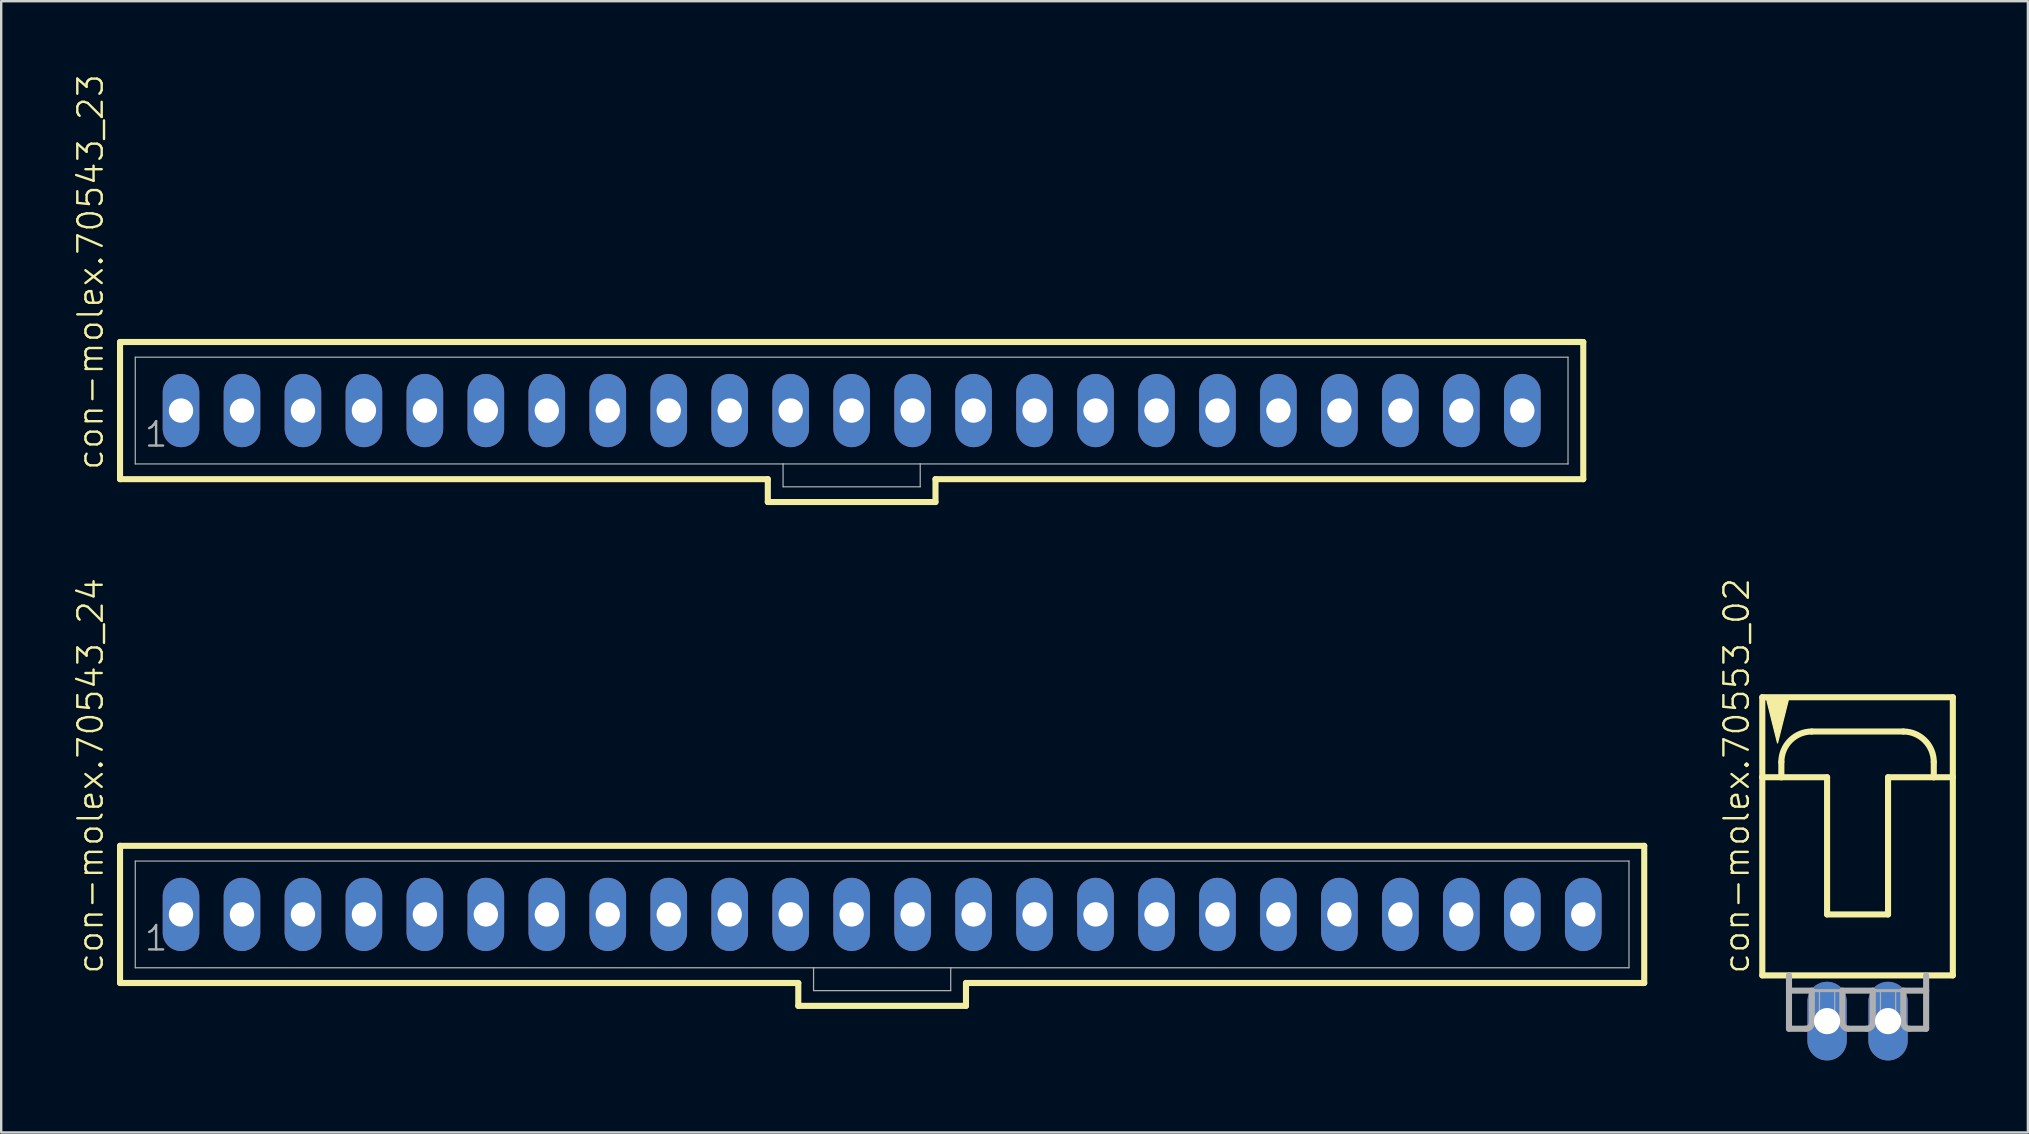
<source format=kicad_pcb>
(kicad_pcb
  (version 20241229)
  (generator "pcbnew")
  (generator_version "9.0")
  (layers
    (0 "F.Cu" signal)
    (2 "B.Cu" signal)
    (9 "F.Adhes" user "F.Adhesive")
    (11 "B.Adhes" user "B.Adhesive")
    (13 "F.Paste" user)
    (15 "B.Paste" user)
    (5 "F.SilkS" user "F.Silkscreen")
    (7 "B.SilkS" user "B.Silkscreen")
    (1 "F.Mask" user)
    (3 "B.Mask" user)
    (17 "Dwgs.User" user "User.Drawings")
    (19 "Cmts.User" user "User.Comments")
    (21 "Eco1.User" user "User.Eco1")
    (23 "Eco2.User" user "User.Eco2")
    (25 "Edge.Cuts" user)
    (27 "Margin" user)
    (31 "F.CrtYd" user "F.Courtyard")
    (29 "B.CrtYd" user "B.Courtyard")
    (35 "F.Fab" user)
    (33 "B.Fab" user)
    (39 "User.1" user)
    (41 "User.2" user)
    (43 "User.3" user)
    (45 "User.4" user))
  (footprint "con-molex.70543_23"
    (layer "F.Cu")
    (at 32.431 14.055)
    (property "Reference" "con-molex.70543_23" (at -31.115 2.54 90) (layer "F.SilkS") (effects (font (size 1.016 1.016) (thickness 0.1)) (justify left bottom)))
    (attr through_hole)
    (fp_line (start -30.48 -2.857) (end -30.48 2.857) (stroke (width 0.254) (type default)) (layer "F.SilkS"))
    (fp_line (start -30.48 2.857) (end -3.493 2.857) (stroke (width 0.254) (type default)) (layer "F.SilkS"))
    (fp_line (start -3.493 2.857) (end -3.493 3.81) (stroke (width 0.254) (type default)) (layer "F.SilkS"))
    (fp_line (start -3.493 3.81) (end 3.493 3.81) (stroke (width 0.254) (type default)) (layer "F.SilkS"))
    (fp_line (start 3.493 2.857) (end 30.48 2.857) (stroke (width 0.254) (type default)) (layer "F.SilkS"))
    (fp_line (start 3.493 3.81) (end 3.493 2.857) (stroke (width 0.254) (type default)) (layer "F.SilkS"))
    (fp_line (start 30.48 -2.857) (end -30.48 -2.857) (stroke (width 0.254) (type default)) (layer "F.SilkS"))
    (fp_line (start 30.48 2.857) (end 30.48 -2.857) (stroke (width 0.254) (type default)) (layer "F.SilkS"))
    (fp_line (start -29.845 -2.223) (end -29.845 2.223) (stroke (width 0.051) (type default)) (layer "F.Fab"))
    (fp_line (start -29.845 -2.223) (end 29.845 -2.223) (stroke (width 0.051) (type default)) (layer "F.Fab"))
    (fp_line (start -29.845 2.223) (end -2.857 2.223) (stroke (width 0.051) (type default)) (layer "F.Fab"))
    (fp_line (start -2.857 2.223) (end -2.857 3.175) (stroke (width 0.051) (type default)) (layer "F.Fab"))
    (fp_line (start -2.857 2.223) (end 2.857 2.223) (stroke (width 0.051) (type default)) (layer "F.Fab"))
    (fp_line (start 2.857 2.223) (end 2.857 3.175) (stroke (width 0.051) (type default)) (layer "F.Fab"))
    (fp_line (start 2.857 2.223) (end 29.845 2.223) (stroke (width 0.051) (type default)) (layer "F.Fab"))
    (fp_line (start 2.857 3.175) (end -2.857 3.175) (stroke (width 0.051) (type default)) (layer "F.Fab"))
    (fp_line (start 29.845 -2.223) (end 29.845 2.223) (stroke (width 0.051) (type default)) (layer "F.Fab"))
    (fp_rect (start -28.178 0.238) (end -27.702 -0.238) (stroke (width 0.05) (type default)) (fill no) (layer "F.Fab"))
    (fp_rect (start -25.638 0.238) (end -25.162 -0.238) (stroke (width 0.05) (type default)) (fill no) (layer "F.Fab"))
    (fp_rect (start -23.098 0.238) (end -22.622 -0.238) (stroke (width 0.05) (type default)) (fill no) (layer "F.Fab"))
    (fp_rect (start -20.558 0.238) (end -20.082 -0.238) (stroke (width 0.05) (type default)) (fill no) (layer "F.Fab"))
    (fp_rect (start -18.018 0.238) (end -17.542 -0.238) (stroke (width 0.05) (type default)) (fill no) (layer "F.Fab"))
    (fp_rect (start -15.478 0.238) (end -15.002 -0.238) (stroke (width 0.05) (type default)) (fill no) (layer "F.Fab"))
    (fp_rect (start -12.938 0.238) (end -12.462 -0.238) (stroke (width 0.05) (type default)) (fill no) (layer "F.Fab"))
    (fp_rect (start -10.398 0.238) (end -9.922 -0.238) (stroke (width 0.05) (type default)) (fill no) (layer "F.Fab"))
    (fp_rect (start -7.858 0.238) (end -7.382 -0.238) (stroke (width 0.05) (type default)) (fill no) (layer "F.Fab"))
    (fp_rect (start -5.318 0.238) (end -4.842 -0.238) (stroke (width 0.05) (type default)) (fill no) (layer "F.Fab"))
    (fp_rect (start -2.778 0.238) (end -2.302 -0.238) (stroke (width 0.05) (type default)) (fill no) (layer "F.Fab"))
    (fp_rect (start -0.238 0.238) (end 0.238 -0.238) (stroke (width 0.05) (type default)) (fill no) (layer "F.Fab"))
    (fp_rect (start 2.302 0.238) (end 2.778 -0.238) (stroke (width 0.05) (type default)) (fill no) (layer "F.Fab"))
    (fp_rect (start 4.842 0.238) (end 5.318 -0.238) (stroke (width 0.05) (type default)) (fill no) (layer "F.Fab"))
    (fp_rect (start 7.382 0.238) (end 7.858 -0.238) (stroke (width 0.05) (type default)) (fill no) (layer "F.Fab"))
    (fp_rect (start 9.922 0.238) (end 10.398 -0.238) (stroke (width 0.05) (type default)) (fill no) (layer "F.Fab"))
    (fp_rect (start 12.462 0.238) (end 12.938 -0.238) (stroke (width 0.05) (type default)) (fill no) (layer "F.Fab"))
    (fp_rect (start 15.002 0.238) (end 15.478 -0.238) (stroke (width 0.05) (type default)) (fill no) (layer "F.Fab"))
    (fp_rect (start 17.542 0.238) (end 18.018 -0.238) (stroke (width 0.05) (type default)) (fill no) (layer "F.Fab"))
    (fp_rect (start 20.082 0.238) (end 20.558 -0.238) (stroke (width 0.05) (type default)) (fill no) (layer "F.Fab"))
    (fp_rect (start 22.622 0.238) (end 23.098 -0.238) (stroke (width 0.05) (type default)) (fill no) (layer "F.Fab"))
    (fp_rect (start 25.162 0.238) (end 25.638 -0.238) (stroke (width 0.05) (type default)) (fill no) (layer "F.Fab"))
    (fp_rect (start 27.702 0.238) (end 28.178 -0.238) (stroke (width 0.05) (type default)) (fill no) (layer "F.Fab"))
    (fp_text user "1" (at -29.527 1.587 0) (layer "F.Fab") (effects (font (size 1.016 1.016) (thickness 0.1)) (justify left bottom)))
    (pad "1" thru_hole oval (at -27.94 0 90) (size 3.048 1.524) (drill 1.016) (layers "*.Cu" "*.Mask"))
    (pad "2" thru_hole oval (at -25.4 0 90) (size 3.048 1.524) (drill 1.016) (layers "*.Cu" "*.Mask"))
    (pad "3" thru_hole oval (at -22.86 0 90) (size 3.048 1.524) (drill 1.016) (layers "*.Cu" "*.Mask"))
    (pad "4" thru_hole oval (at -20.32 0 90) (size 3.048 1.524) (drill 1.016) (layers "*.Cu" "*.Mask"))
    (pad "5" thru_hole oval (at -17.78 0 90) (size 3.048 1.524) (drill 1.016) (layers "*.Cu" "*.Mask"))
    (pad "6" thru_hole oval (at -15.24 0 90) (size 3.048 1.524) (drill 1.016) (layers "*.Cu" "*.Mask"))
    (pad "7" thru_hole oval (at -12.7 0 90) (size 3.048 1.524) (drill 1.016) (layers "*.Cu" "*.Mask"))
    (pad "8" thru_hole oval (at -10.16 0 90) (size 3.048 1.524) (drill 1.016) (layers "*.Cu" "*.Mask"))
    (pad "9" thru_hole oval (at -7.62 0 90) (size 3.048 1.524) (drill 1.016) (layers "*.Cu" "*.Mask"))
    (pad "10" thru_hole oval (at -5.08 0 90) (size 3.048 1.524) (drill 1.016) (layers "*.Cu" "*.Mask"))
    (pad "11" thru_hole oval (at -2.54 0 90) (size 3.048 1.524) (drill 1.016) (layers "*.Cu" "*.Mask"))
    (pad "12" thru_hole oval (at 0 0 90) (size 3.048 1.524) (drill 1.016) (layers "*.Cu" "*.Mask"))
    (pad "13" thru_hole oval (at 2.54 0 90) (size 3.048 1.524) (drill 1.016) (layers "*.Cu" "*.Mask"))
    (pad "14" thru_hole oval (at 5.08 0 90) (size 3.048 1.524) (drill 1.016) (layers "*.Cu" "*.Mask"))
    (pad "15" thru_hole oval (at 7.62 0 90) (size 3.048 1.524) (drill 1.016) (layers "*.Cu" "*.Mask"))
    (pad "16" thru_hole oval (at 10.16 0 90) (size 3.048 1.524) (drill 1.016) (layers "*.Cu" "*.Mask"))
    (pad "17" thru_hole oval (at 12.7 0 90) (size 3.048 1.524) (drill 1.016) (layers "*.Cu" "*.Mask"))
    (pad "18" thru_hole oval (at 15.24 0 90) (size 3.048 1.524) (drill 1.016) (layers "*.Cu" "*.Mask"))
    (pad "19" thru_hole oval (at 17.78 0 90) (size 3.048 1.524) (drill 1.016) (layers "*.Cu" "*.Mask"))
    (pad "20" thru_hole oval (at 20.32 0 90) (size 3.048 1.524) (drill 1.016) (layers "*.Cu" "*.Mask"))
    (pad "21" thru_hole oval (at 22.86 0 90) (size 3.048 1.524) (drill 1.016) (layers "*.Cu" "*.Mask"))
    (pad "22" thru_hole oval (at 25.4 0 90) (size 3.048 1.524) (drill 1.016) (layers "*.Cu" "*.Mask"))
    (pad "23" thru_hole oval (at 27.94 0 90) (size 3.048 1.524) (drill 1.016) (layers "*.Cu" "*.Mask")))
  (footprint "con-molex.70543_24"
    (layer "F.Cu")
    (at 33.701 35.046)
    (property "Reference" "con-molex.70543_24" (at -32.385 2.54 90) (layer "F.SilkS") (effects (font (size 1.016 1.016) (thickness 0.1)) (justify left bottom)))
    (attr through_hole)
    (fp_line (start -31.75 -2.857) (end -31.75 2.857) (stroke (width 0.254) (type default)) (layer "F.SilkS"))
    (fp_line (start -31.75 2.857) (end -3.493 2.857) (stroke (width 0.254) (type default)) (layer "F.SilkS"))
    (fp_line (start -3.493 2.857) (end -3.493 3.81) (stroke (width 0.254) (type default)) (layer "F.SilkS"))
    (fp_line (start -3.493 3.81) (end 3.493 3.81) (stroke (width 0.254) (type default)) (layer "F.SilkS"))
    (fp_line (start 3.493 2.857) (end 31.75 2.857) (stroke (width 0.254) (type default)) (layer "F.SilkS"))
    (fp_line (start 3.493 3.81) (end 3.493 2.857) (stroke (width 0.254) (type default)) (layer "F.SilkS"))
    (fp_line (start 31.75 -2.857) (end -31.75 -2.857) (stroke (width 0.254) (type default)) (layer "F.SilkS"))
    (fp_line (start 31.75 2.857) (end 31.75 -2.857) (stroke (width 0.254) (type default)) (layer "F.SilkS"))
    (fp_line (start -31.115 -2.223) (end -31.115 2.223) (stroke (width 0.051) (type default)) (layer "F.Fab"))
    (fp_line (start -31.115 -2.223) (end 31.115 -2.223) (stroke (width 0.051) (type default)) (layer "F.Fab"))
    (fp_line (start -31.115 2.223) (end -2.857 2.223) (stroke (width 0.051) (type default)) (layer "F.Fab"))
    (fp_line (start -2.857 2.223) (end -2.857 3.175) (stroke (width 0.051) (type default)) (layer "F.Fab"))
    (fp_line (start -2.857 2.223) (end 2.857 2.223) (stroke (width 0.051) (type default)) (layer "F.Fab"))
    (fp_line (start 2.857 2.223) (end 2.857 3.175) (stroke (width 0.051) (type default)) (layer "F.Fab"))
    (fp_line (start 2.857 2.223) (end 31.115 2.223) (stroke (width 0.051) (type default)) (layer "F.Fab"))
    (fp_line (start 2.857 3.175) (end -2.857 3.175) (stroke (width 0.051) (type default)) (layer "F.Fab"))
    (fp_line (start 31.115 -2.223) (end 31.115 2.223) (stroke (width 0.051) (type default)) (layer "F.Fab"))
    (fp_rect (start -29.448 0.238) (end -28.972 -0.238) (stroke (width 0.05) (type default)) (fill no) (layer "F.Fab"))
    (fp_rect (start -26.908 0.238) (end -26.432 -0.238) (stroke (width 0.05) (type default)) (fill no) (layer "F.Fab"))
    (fp_rect (start -24.368 0.238) (end -23.892 -0.238) (stroke (width 0.05) (type default)) (fill no) (layer "F.Fab"))
    (fp_rect (start -21.828 0.238) (end -21.352 -0.238) (stroke (width 0.05) (type default)) (fill no) (layer "F.Fab"))
    (fp_rect (start -19.288 0.238) (end -18.812 -0.238) (stroke (width 0.05) (type default)) (fill no) (layer "F.Fab"))
    (fp_rect (start -16.748 0.238) (end -16.272 -0.238) (stroke (width 0.05) (type default)) (fill no) (layer "F.Fab"))
    (fp_rect (start -14.208 0.238) (end -13.732 -0.238) (stroke (width 0.05) (type default)) (fill no) (layer "F.Fab"))
    (fp_rect (start -11.668 0.238) (end -11.192 -0.238) (stroke (width 0.05) (type default)) (fill no) (layer "F.Fab"))
    (fp_rect (start -9.128 0.238) (end -8.652 -0.238) (stroke (width 0.05) (type default)) (fill no) (layer "F.Fab"))
    (fp_rect (start -6.588 0.238) (end -6.112 -0.238) (stroke (width 0.05) (type default)) (fill no) (layer "F.Fab"))
    (fp_rect (start -4.048 0.238) (end -3.572 -0.238) (stroke (width 0.05) (type default)) (fill no) (layer "F.Fab"))
    (fp_rect (start -1.508 0.238) (end -1.032 -0.238) (stroke (width 0.05) (type default)) (fill no) (layer "F.Fab"))
    (fp_rect (start 1.032 0.238) (end 1.508 -0.238) (stroke (width 0.05) (type default)) (fill no) (layer "F.Fab"))
    (fp_rect (start 3.572 0.238) (end 4.048 -0.238) (stroke (width 0.05) (type default)) (fill no) (layer "F.Fab"))
    (fp_rect (start 6.112 0.238) (end 6.588 -0.238) (stroke (width 0.05) (type default)) (fill no) (layer "F.Fab"))
    (fp_rect (start 8.652 0.238) (end 9.128 -0.238) (stroke (width 0.05) (type default)) (fill no) (layer "F.Fab"))
    (fp_rect (start 11.192 0.238) (end 11.668 -0.238) (stroke (width 0.05) (type default)) (fill no) (layer "F.Fab"))
    (fp_rect (start 13.732 0.238) (end 14.208 -0.238) (stroke (width 0.05) (type default)) (fill no) (layer "F.Fab"))
    (fp_rect (start 16.272 0.238) (end 16.748 -0.238) (stroke (width 0.05) (type default)) (fill no) (layer "F.Fab"))
    (fp_rect (start 18.812 0.238) (end 19.288 -0.238) (stroke (width 0.05) (type default)) (fill no) (layer "F.Fab"))
    (fp_rect (start 21.352 0.238) (end 21.828 -0.238) (stroke (width 0.05) (type default)) (fill no) (layer "F.Fab"))
    (fp_rect (start 23.892 0.238) (end 24.368 -0.238) (stroke (width 0.05) (type default)) (fill no) (layer "F.Fab"))
    (fp_rect (start 26.432 0.238) (end 26.908 -0.238) (stroke (width 0.05) (type default)) (fill no) (layer "F.Fab"))
    (fp_rect (start 28.972 0.238) (end 29.448 -0.238) (stroke (width 0.05) (type default)) (fill no) (layer "F.Fab"))
    (fp_text user "1" (at -30.797 1.587 0) (layer "F.Fab") (effects (font (size 1.016 1.016) (thickness 0.1)) (justify left bottom)))
    (pad "1" thru_hole oval (at -29.21 0 90) (size 3.048 1.524) (drill 1.016) (layers "*.Cu" "*.Mask"))
    (pad "2" thru_hole oval (at -26.67 0 90) (size 3.048 1.524) (drill 1.016) (layers "*.Cu" "*.Mask"))
    (pad "3" thru_hole oval (at -24.13 0 90) (size 3.048 1.524) (drill 1.016) (layers "*.Cu" "*.Mask"))
    (pad "4" thru_hole oval (at -21.59 0 90) (size 3.048 1.524) (drill 1.016) (layers "*.Cu" "*.Mask"))
    (pad "5" thru_hole oval (at -19.05 0 90) (size 3.048 1.524) (drill 1.016) (layers "*.Cu" "*.Mask"))
    (pad "6" thru_hole oval (at -16.51 0 90) (size 3.048 1.524) (drill 1.016) (layers "*.Cu" "*.Mask"))
    (pad "7" thru_hole oval (at -13.97 0 90) (size 3.048 1.524) (drill 1.016) (layers "*.Cu" "*.Mask"))
    (pad "8" thru_hole oval (at -11.43 0 90) (size 3.048 1.524) (drill 1.016) (layers "*.Cu" "*.Mask"))
    (pad "9" thru_hole oval (at -8.89 0 90) (size 3.048 1.524) (drill 1.016) (layers "*.Cu" "*.Mask"))
    (pad "10" thru_hole oval (at -6.35 0 90) (size 3.048 1.524) (drill 1.016) (layers "*.Cu" "*.Mask"))
    (pad "11" thru_hole oval (at -3.81 0 90) (size 3.048 1.524) (drill 1.016) (layers "*.Cu" "*.Mask"))
    (pad "12" thru_hole oval (at -1.27 0 90) (size 3.048 1.524) (drill 1.016) (layers "*.Cu" "*.Mask"))
    (pad "13" thru_hole oval (at 1.27 0 90) (size 3.048 1.524) (drill 1.016) (layers "*.Cu" "*.Mask"))
    (pad "14" thru_hole oval (at 3.81 0 90) (size 3.048 1.524) (drill 1.016) (layers "*.Cu" "*.Mask"))
    (pad "15" thru_hole oval (at 6.35 0 90) (size 3.048 1.524) (drill 1.016) (layers "*.Cu" "*.Mask"))
    (pad "16" thru_hole oval (at 8.89 0 90) (size 3.048 1.524) (drill 1.016) (layers "*.Cu" "*.Mask"))
    (pad "17" thru_hole oval (at 11.43 0 90) (size 3.048 1.524) (drill 1.016) (layers "*.Cu" "*.Mask"))
    (pad "18" thru_hole oval (at 13.97 0 90) (size 3.048 1.524) (drill 1.016) (layers "*.Cu" "*.Mask"))
    (pad "19" thru_hole oval (at 16.51 0 90) (size 3.048 1.524) (drill 1.016) (layers "*.Cu" "*.Mask"))
    (pad "20" thru_hole oval (at 19.05 0 90) (size 3.048 1.524) (drill 1.016) (layers "*.Cu" "*.Mask"))
    (pad "21" thru_hole oval (at 21.59 0 90) (size 3.048 1.524) (drill 1.016) (layers "*.Cu" "*.Mask"))
    (pad "22" thru_hole oval (at 24.13 0 90) (size 3.048 1.524) (drill 1.016) (layers "*.Cu" "*.Mask"))
    (pad "23" thru_hole oval (at 26.67 0 90) (size 3.048 1.524) (drill 1.016) (layers "*.Cu" "*.Mask"))
    (pad "24" thru_hole oval (at 29.21 0 90) (size 3.048 1.524) (drill 1.016) (layers "*.Cu" "*.Mask")))
  (footprint "con-molex.70553_02"
    (layer "F.Cu")
    (at 74.339 31.871)
    (property "Reference" "con-molex.70553_02" (at -4.445 5.715 90) (layer "F.SilkS") (effects (font (size 1.016 1.016) (thickness 0.1)) (justify left bottom)))
    (attr through_hole)
    (fp_line (start -3.969 -5.874) (end -3.969 -2.54) (stroke (width 0.254) (type default)) (layer "F.SilkS"))
    (fp_line (start -3.969 -2.54) (end -3.969 5.715) (stroke (width 0.254) (type default)) (layer "F.SilkS"))
    (fp_line (start -3.969 -2.54) (end -3.175 -2.54) (stroke (width 0.254) (type default)) (layer "F.SilkS"))
    (fp_line (start -3.969 5.715) (end 3.969 5.715) (stroke (width 0.254) (type default)) (layer "F.SilkS"))
    (fp_line (start -3.175 -2.54) (end -3.175 -3.175) (stroke (width 0.254) (type default)) (layer "F.SilkS"))
    (fp_line (start -3.175 -2.54) (end -1.27 -2.54) (stroke (width 0.254) (type default)) (layer "F.SilkS"))
    (fp_line (start -1.905 -4.445) (end 1.905 -4.445) (stroke (width 0.254) (type default)) (layer "F.SilkS"))
    (fp_line (start -1.27 -2.54) (end -1.27 3.175) (stroke (width 0.254) (type default)) (layer "F.SilkS"))
    (fp_line (start -1.27 3.175) (end 1.27 3.175) (stroke (width 0.254) (type default)) (layer "F.SilkS"))
    (fp_line (start 1.27 -2.54) (end 3.175 -2.54) (stroke (width 0.254) (type default)) (layer "F.SilkS"))
    (fp_line (start 1.27 3.175) (end 1.27 -2.54) (stroke (width 0.254) (type default)) (layer "F.SilkS"))
    (fp_line (start 3.175 -3.175) (end 3.175 -2.54) (stroke (width 0.254) (type default)) (layer "F.SilkS"))
    (fp_line (start 3.175 -2.54) (end 3.969 -2.54) (stroke (width 0.254) (type default)) (layer "F.SilkS"))
    (fp_line (start 3.969 -5.874) (end -3.969 -5.874) (stroke (width 0.254) (type default)) (layer "F.SilkS"))
    (fp_line (start 3.969 -2.54) (end 3.969 -5.874) (stroke (width 0.254) (type default)) (layer "F.SilkS"))
    (fp_line (start 3.969 5.715) (end 3.969 -2.54) (stroke (width 0.254) (type default)) (layer "F.SilkS"))
    (fp_arc (start -3.175 -3.175) (mid -2.803026 -4.073026) (end -1.905 -4.445) (stroke (width 0.254) (type default)) (layer "F.SilkS"))
    (fp_arc (start 1.905 -4.445) (mid 2.803026 -4.073026) (end 3.175 -3.175) (stroke (width 0.254) (type default)) (layer "F.SilkS"))
    (fp_poly (pts (xy -3.81 -5.874) (xy -3.334 -3.969) (xy -2.857 -5.874)) (stroke (width 0.051) (type default)) (fill yes) (layer "F.SilkS"))
    (fp_line (start -2.857 5.715) (end -2.857 6.35) (stroke (width 0.254) (type default)) (layer "F.Fab"))
    (fp_line (start -2.857 6.35) (end -2.857 7.938) (stroke (width 0.254) (type default)) (layer "F.Fab"))
    (fp_line (start -2.857 6.35) (end -1.905 6.35) (stroke (width 0.254) (type default)) (layer "F.Fab"))
    (fp_line (start -2.159 7.938) (end -2.857 7.938) (stroke (width 0.254) (type default)) (layer "F.Fab"))
    (fp_line (start -1.905 6.35) (end -1.905 7.684) (stroke (width 0.254) (type default)) (layer "F.Fab"))
    (fp_line (start -1.905 6.35) (end -0.635 6.35) (stroke (width 0.127) (type default)) (layer "F.Fab"))
    (fp_line (start -0.635 6.35) (end -0.635 7.684) (stroke (width 0.254) (type default)) (layer "F.Fab"))
    (fp_line (start -0.635 6.35) (end 0.635 6.35) (stroke (width 0.254) (type default)) (layer "F.Fab"))
    (fp_line (start 0.381 7.938) (end -0.381 7.938) (stroke (width 0.254) (type default)) (layer "F.Fab"))
    (fp_line (start 0.635 6.35) (end 0.635 7.684) (stroke (width 0.254) (type default)) (layer "F.Fab"))
    (fp_line (start 0.635 6.35) (end 1.905 6.35) (stroke (width 0.127) (type default)) (layer "F.Fab"))
    (fp_line (start 1.905 6.35) (end 1.905 7.684) (stroke (width 0.254) (type default)) (layer "F.Fab"))
    (fp_line (start 1.905 6.35) (end 2.857 6.35) (stroke (width 0.254) (type default)) (layer "F.Fab"))
    (fp_line (start 2.159 7.938) (end 2.857 7.938) (stroke (width 0.254) (type default)) (layer "F.Fab"))
    (fp_line (start 2.857 6.35) (end 2.857 5.715) (stroke (width 0.254) (type default)) (layer "F.Fab"))
    (fp_line (start 2.857 7.938) (end 2.857 6.35) (stroke (width 0.254) (type default)) (layer "F.Fab"))
    (fp_rect (start -1.587 7.62) (end -0.953 6.35) (stroke (width 0.05) (type default)) (fill no) (layer "F.Fab"))
    (fp_rect (start 0.953 7.62) (end 1.587 6.35) (stroke (width 0.05) (type default)) (fill no) (layer "F.Fab"))
    (fp_arc (start -1.905 7.6835) (mid -1.979395 7.863105) (end -2.159 7.9375) (stroke (width 0.254) (type default)) (layer "F.Fab"))
    (fp_arc (start -0.381 7.9375) (mid -0.560605 7.863105) (end -0.635 7.6835) (stroke (width 0.254) (type default)) (layer "F.Fab"))
    (fp_arc (start 0.635 7.6835) (mid 0.560605 7.863105) (end 0.381 7.9375) (stroke (width 0.254) (type default)) (layer "F.Fab"))
    (fp_arc (start 2.159 7.9375) (mid 1.979395 7.863105) (end 1.905 7.6835) (stroke (width 0.254) (type default)) (layer "F.Fab"))
    (pad "1" thru_hole oval (at -1.27 7.62 90) (size 3.277 1.638) (drill 1.092) (layers "*.Cu" "*.Mask"))
    (pad "2" thru_hole oval (at 1.27 7.62 90) (size 3.277 1.638) (drill 1.092) (layers "*.Cu" "*.Mask")))
  (gr_rect
    (start -3 -3)
    (end 81.435 44.13)
    (stroke (width 0.1) (type default))
    (fill no)
    (layer "Edge.Cuts")))
</source>
